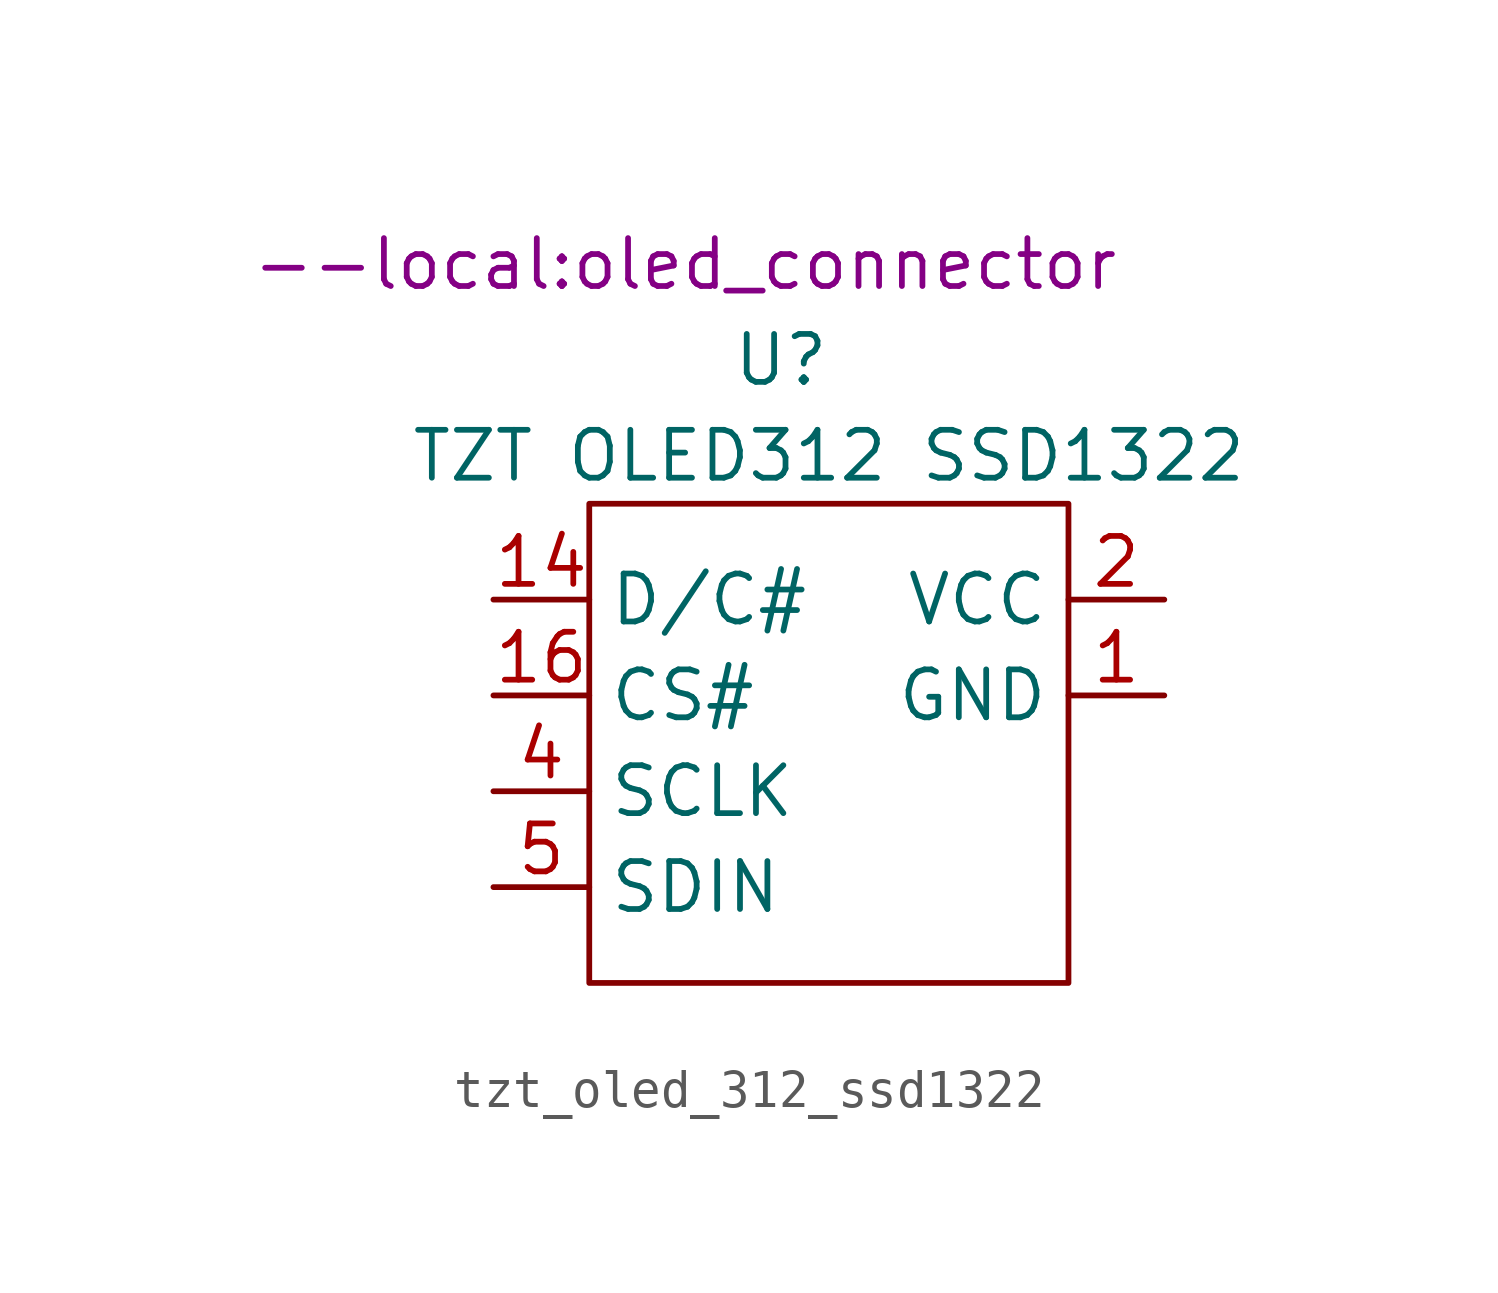
<source format=kicad_sym>
(kicad_symbol_lib
  (version 20220914)
  (generator kicad_symbol_editor)
  (symbol "tzt_oled_312_ssd1322"
    (property "Reference" "U"
      (at 5.08 3.81 0)
      (effects (font (size 1.27 1.27))))
    (property "Value" "TZT OLED312 SSD1322"
      (at 6.35 1.27 0)
      (effects (font (size 1.27 1.27))))
    (property "Footprint" "--local:oled_connector"
      (at 2.54 6.35 0)
      (effects (font (size 1.27 1.27))))
    (symbol "tzt_oled_312_ssd1322_0_1"
      (rectangle (start 0 0) (end 12.7 -12.7) (stroke (width 0) (type default)) (fill (type none))))
    (symbol "tzt_oled_312_ssd1322_1_1"
      (pin input line (at 15.24 -5.08 180) (length 2.54) (name "GND" (effects (font (size 1.27 1.27)))) (number "1" (effects (font (size 1.27 1.27)))))
      (pin input line (at -2.54 -2.54 0) (length 2.54) (name "D/C#" (effects (font (size 1.27 1.27)))) (number "14" (effects (font (size 1.27 1.27)))))
      (pin input line (at -2.54 -5.08 0) (length 2.54) (name "CS#" (effects (font (size 1.27 1.27)))) (number "16" (effects (font (size 1.27 1.27)))))
      (pin input line (at 15.24 -2.54 180) (length 2.54) (name "VCC" (effects (font (size 1.27 1.27)))) (number "2" (effects (font (size 1.27 1.27)))))
      (pin input line (at -2.54 -7.62 0) (length 2.54) (name "SCLK" (effects (font (size 1.27 1.27)))) (number "4" (effects (font (size 1.27 1.27)))))
      (pin input line (at -2.54 -10.16 0) (length 2.54) (name "SDIN" (effects (font (size 1.27 1.27)))) (number "5" (effects (font (size 1.27 1.27))))))))
</source>
